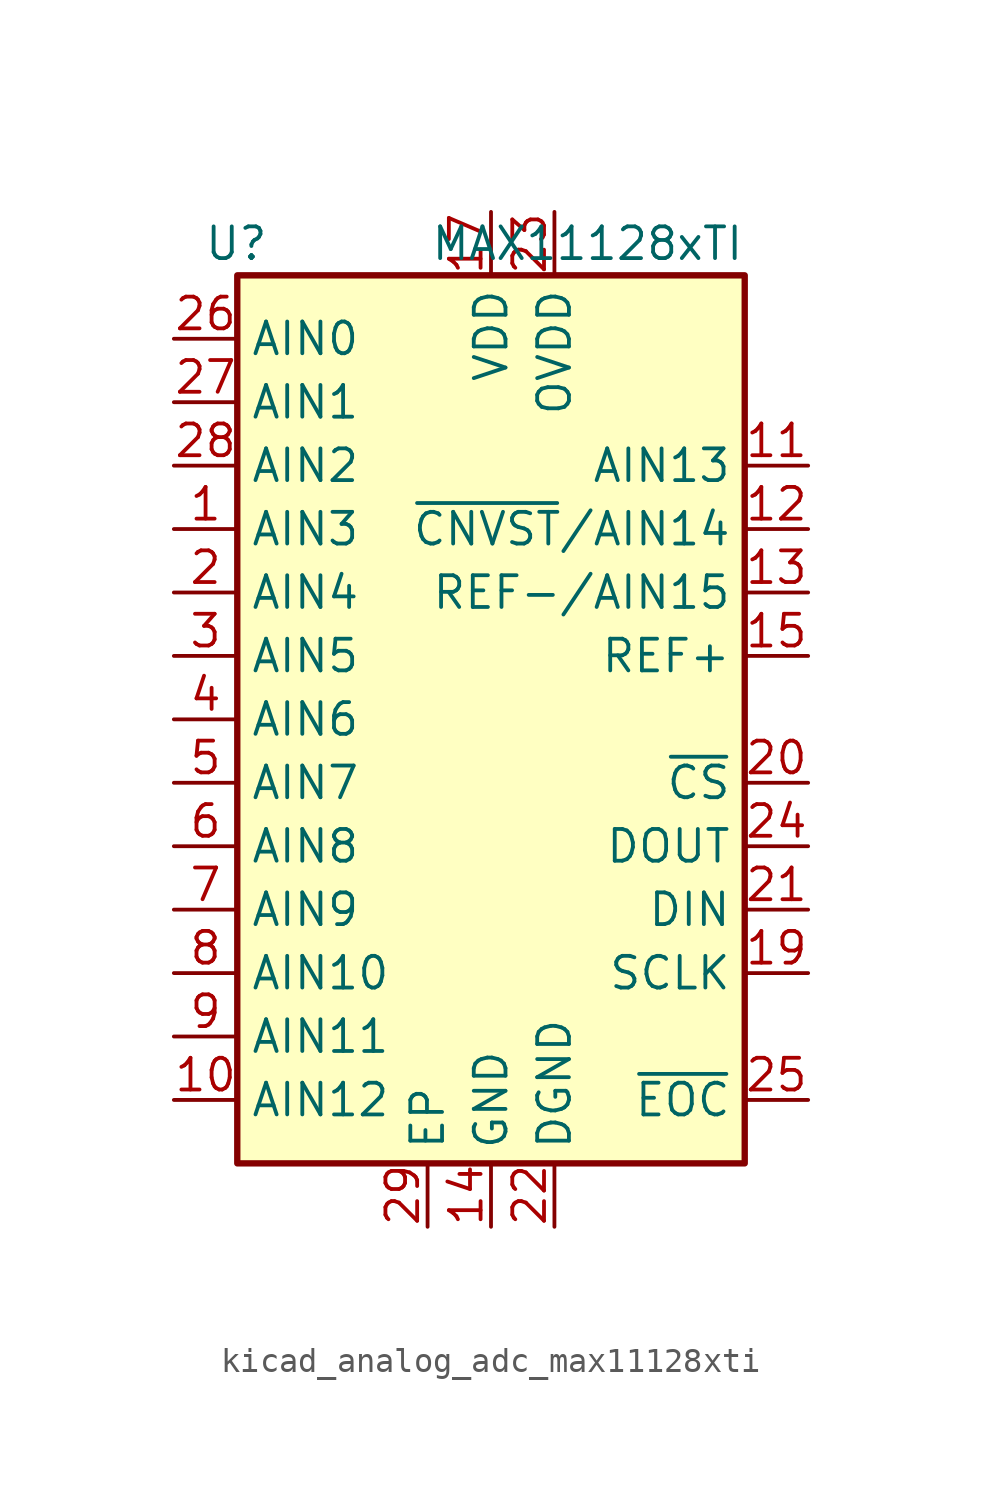
<source format=kicad_sym>
(kicad_symbol_lib
  (version 20220914)
  (generator kicad_symbol_editor)
  (symbol "kicad_analog_adc_max11128xti"
    (property "Reference" "U"
      (at -8.89 19.05 0)
      (effects (font (size 1.27 1.27)) (justify right)))
    (property "Value" "MAX11128xTI"
      (at 10.16 19.05 0)
      (effects (font (size 1.27 1.27)) (justify right)))
    (symbol "kicad_analog_adc_max11128xti_0_1"
      (rectangle (start 10.16 17.78) (end -10.16 -17.78) (stroke (width 0.254) (type default)) (fill (type background))))
    (symbol "kicad_analog_adc_max11128xti_1_1"
      (pin input line (at -12.7 7.62 0) (length 2.54) (name "AIN3" (effects (font (size 1.27 1.27)))) (number "1" (effects (font (size 1.27 1.27)))))
      (pin input line (at -12.7 -15.24 0) (length 2.54) (name "AIN12" (effects (font (size 1.27 1.27)))) (number "10" (effects (font (size 1.27 1.27)))))
      (pin input line (at 12.7 10.16 180) (length 2.54) (name "AIN13" (effects (font (size 1.27 1.27)))) (number "11" (effects (font (size 1.27 1.27)))))
      (pin input line (at 12.7 7.62 180) (length 2.54) (name "~{CNVST}/AIN14" (effects (font (size 1.27 1.27)))) (number "12" (effects (font (size 1.27 1.27)))))
      (pin input line (at 12.7 5.08 180) (length 2.54) (name "REF-/AIN15" (effects (font (size 1.27 1.27)))) (number "13" (effects (font (size 1.27 1.27)))))
      (pin power_in line (at 0 -20.32 90) (length 2.54) (name "GND" (effects (font (size 1.27 1.27)))) (number "14" (effects (font (size 1.27 1.27)))))
      (pin input line (at 12.7 2.54 180) (length 2.54) (name "REF+" (effects (font (size 1.27 1.27)))) (number "15" (effects (font (size 1.27 1.27)))))
      (pin passive line (at 0 -20.32 90) (length 2.54) hide (name "GND" (effects (font (size 1.27 1.27)))) (number "16" (effects (font (size 1.27 1.27)))))
      (pin power_in line (at 0 20.32 270) (length 2.54) (name "VDD" (effects (font (size 1.27 1.27)))) (number "17" (effects (font (size 1.27 1.27)))))
      (pin passive line (at 0 20.32 270) (length 2.54) hide (name "VDD" (effects (font (size 1.27 1.27)))) (number "18" (effects (font (size 1.27 1.27)))))
      (pin input line (at 12.7 -10.16 180) (length 2.54) (name "SCLK" (effects (font (size 1.27 1.27)))) (number "19" (effects (font (size 1.27 1.27)))))
      (pin input line (at -12.7 5.08 0) (length 2.54) (name "AIN4" (effects (font (size 1.27 1.27)))) (number "2" (effects (font (size 1.27 1.27)))))
      (pin input line (at 12.7 -2.54 180) (length 2.54) (name "~{CS}" (effects (font (size 1.27 1.27)))) (number "20" (effects (font (size 1.27 1.27)))))
      (pin input line (at 12.7 -7.62 180) (length 2.54) (name "DIN" (effects (font (size 1.27 1.27)))) (number "21" (effects (font (size 1.27 1.27)))))
      (pin power_in line (at 2.54 -20.32 90) (length 2.54) (name "DGND" (effects (font (size 1.27 1.27)))) (number "22" (effects (font (size 1.27 1.27)))))
      (pin power_in line (at 2.54 20.32 270) (length 2.54) (name "OVDD" (effects (font (size 1.27 1.27)))) (number "23" (effects (font (size 1.27 1.27)))))
      (pin output line (at 12.7 -5.08 180) (length 2.54) (name "DOUT" (effects (font (size 1.27 1.27)))) (number "24" (effects (font (size 1.27 1.27)))))
      (pin output line (at 12.7 -15.24 180) (length 2.54) (name "~{EOC}" (effects (font (size 1.27 1.27)))) (number "25" (effects (font (size 1.27 1.27)))))
      (pin input line (at -12.7 15.24 0) (length 2.54) (name "AIN0" (effects (font (size 1.27 1.27)))) (number "26" (effects (font (size 1.27 1.27)))))
      (pin input line (at -12.7 12.7 0) (length 2.54) (name "AIN1" (effects (font (size 1.27 1.27)))) (number "27" (effects (font (size 1.27 1.27)))))
      (pin input line (at -12.7 10.16 0) (length 2.54) (name "AIN2" (effects (font (size 1.27 1.27)))) (number "28" (effects (font (size 1.27 1.27)))))
      (pin power_in line (at -2.54 -20.32 90) (length 2.54) (name "EP" (effects (font (size 1.27 1.27)))) (number "29" (effects (font (size 1.27 1.27)))))
      (pin input line (at -12.7 2.54 0) (length 2.54) (name "AIN5" (effects (font (size 1.27 1.27)))) (number "3" (effects (font (size 1.27 1.27)))))
      (pin input line (at -12.7 0 0) (length 2.54) (name "AIN6" (effects (font (size 1.27 1.27)))) (number "4" (effects (font (size 1.27 1.27)))))
      (pin input line (at -12.7 -2.54 0) (length 2.54) (name "AIN7" (effects (font (size 1.27 1.27)))) (number "5" (effects (font (size 1.27 1.27)))))
      (pin input line (at -12.7 -5.08 0) (length 2.54) (name "AIN8" (effects (font (size 1.27 1.27)))) (number "6" (effects (font (size 1.27 1.27)))))
      (pin input line (at -12.7 -7.62 0) (length 2.54) (name "AIN9" (effects (font (size 1.27 1.27)))) (number "7" (effects (font (size 1.27 1.27)))))
      (pin input line (at -12.7 -10.16 0) (length 2.54) (name "AIN10" (effects (font (size 1.27 1.27)))) (number "8" (effects (font (size 1.27 1.27)))))
      (pin input line (at -12.7 -12.7 0) (length 2.54) (name "AIN11" (effects (font (size 1.27 1.27)))) (number "9" (effects (font (size 1.27 1.27))))))))
</source>
